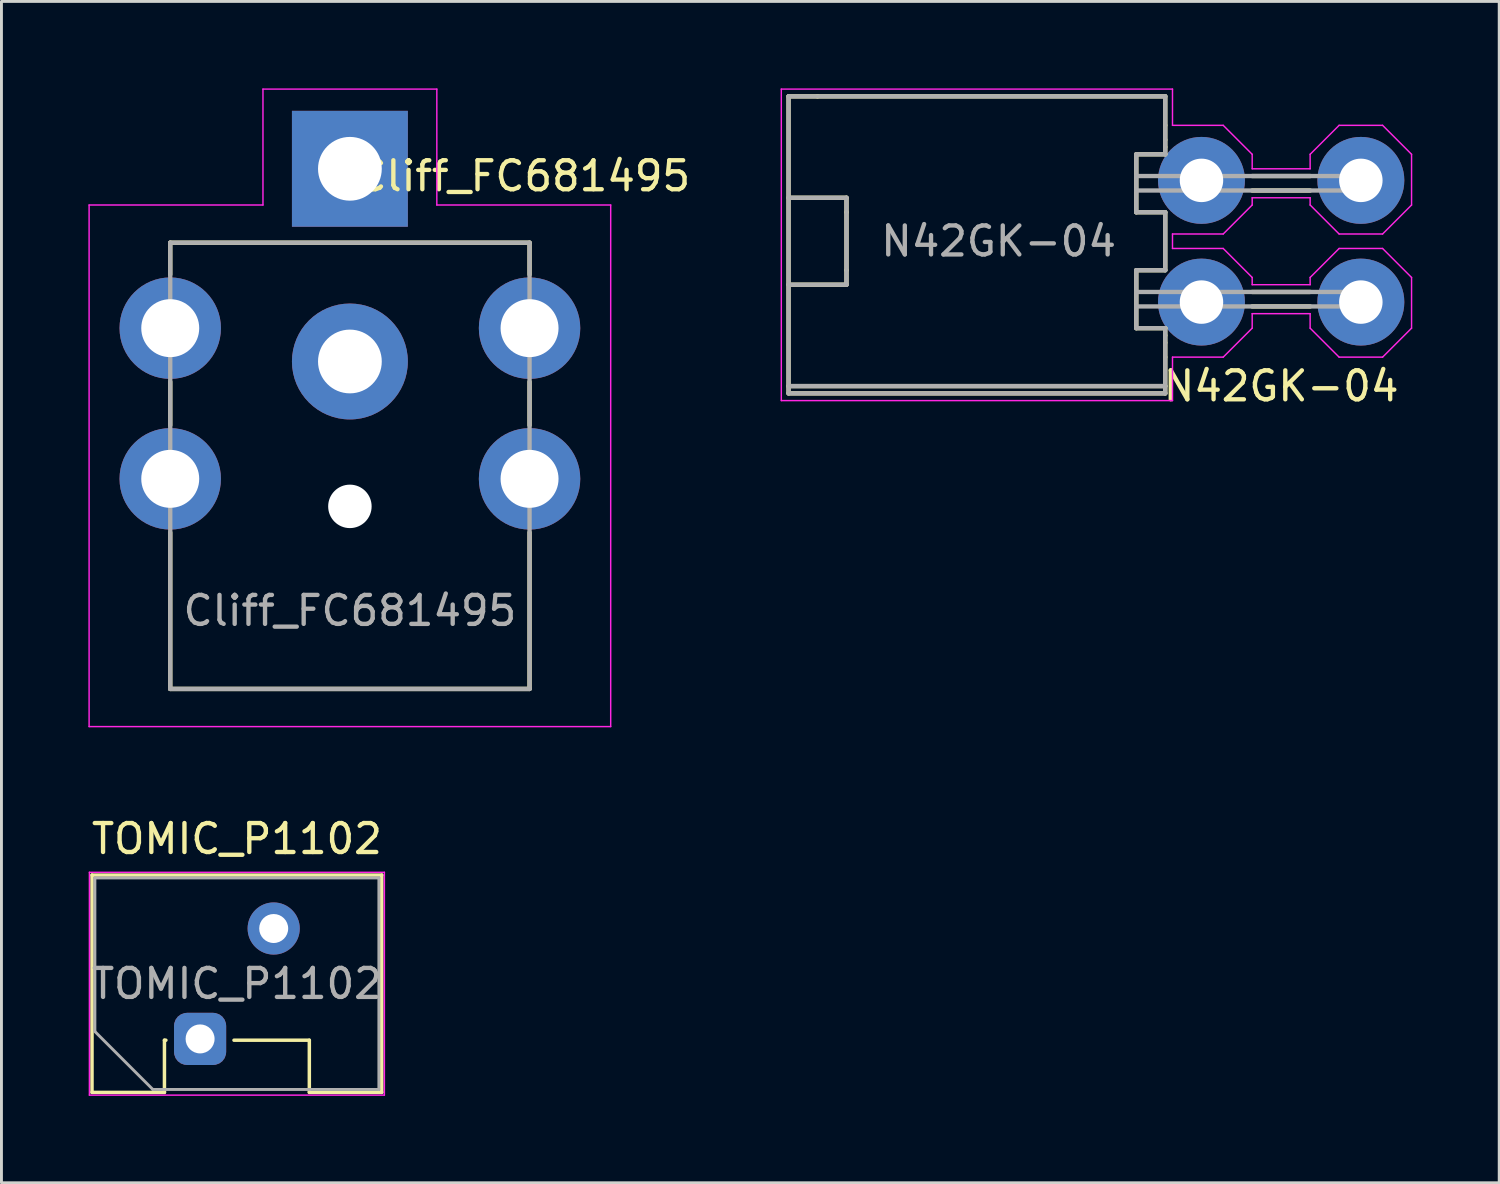
<source format=kicad_pcb>
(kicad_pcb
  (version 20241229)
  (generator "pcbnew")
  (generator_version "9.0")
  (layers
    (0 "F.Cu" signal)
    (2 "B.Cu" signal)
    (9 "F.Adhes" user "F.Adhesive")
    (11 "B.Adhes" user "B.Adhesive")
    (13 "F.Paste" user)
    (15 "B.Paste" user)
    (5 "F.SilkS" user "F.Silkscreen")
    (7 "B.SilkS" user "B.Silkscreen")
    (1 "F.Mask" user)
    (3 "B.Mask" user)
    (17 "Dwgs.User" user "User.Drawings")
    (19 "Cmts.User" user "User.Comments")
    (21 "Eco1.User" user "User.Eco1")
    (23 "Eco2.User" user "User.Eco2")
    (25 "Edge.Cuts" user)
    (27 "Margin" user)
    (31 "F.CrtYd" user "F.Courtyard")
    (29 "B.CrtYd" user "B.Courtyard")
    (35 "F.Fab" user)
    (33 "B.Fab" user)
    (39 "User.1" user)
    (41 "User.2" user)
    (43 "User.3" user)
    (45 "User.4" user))
  (footprint "TOMIC_P1102"
    (layer "F.Cu")
    (at 3.855 32.803)
    (property "Reference" "TOMIC_P1102" (at 1.27 -6.905 0) (unlocked yes) (layer "F.SilkS") (effects (font (size 1 1) (thickness 0.15))))
    (attr through_hole)
    (fp_line (start -3.73 -5.655) (end 6.27 -5.655) (stroke (width 0.12) (type solid)) (layer "F.SilkS"))
    (fp_line (start -3.73 1.845) (end -3.73 -5.655) (stroke (width 0.12) (type solid)) (layer "F.SilkS"))
    (fp_line (start -1.23 0.045) (end -1.23 1.845) (stroke (width 0.12) (type solid)) (layer "F.SilkS"))
    (fp_line (start -1.23 1.845) (end -3.73 1.845) (stroke (width 0.12) (type solid)) (layer "F.SilkS"))
    (fp_line (start -1.18 0.045) (end -1.23 0.045) (stroke (width 0.12) (type solid)) (layer "F.SilkS"))
    (fp_line (start 3.77 0.045) (end 1.17 0.045) (stroke (width 0.12) (type solid)) (layer "F.SilkS"))
    (fp_line (start 3.77 0.045) (end 3.77 1.845) (stroke (width 0.12) (type solid)) (layer "F.SilkS"))
    (fp_line (start 6.27 -5.655) (end 6.27 1.845) (stroke (width 0.12) (type solid)) (layer "F.SilkS"))
    (fp_line (start 6.27 1.845) (end 3.77 1.845) (stroke (width 0.12) (type solid)) (layer "F.SilkS"))
    (fp_line (start -3.82 -5.75) (end 6.36 -5.75) (stroke (width 0.05) (type solid)) (layer "F.CrtYd"))
    (fp_line (start -3.82 1.94) (end -3.82 -5.75) (stroke (width 0.05) (type solid)) (layer "F.CrtYd"))
    (fp_line (start 6.36 -5.75) (end 6.36 1.94) (stroke (width 0.05) (type solid)) (layer "F.CrtYd"))
    (fp_line (start 6.36 1.94) (end -3.82 1.94) (stroke (width 0.05) (type solid)) (layer "F.CrtYd"))
    (fp_line (start -3.63 -5.555) (end 6.17 -5.555) (stroke (width 0.1) (type solid)) (layer "F.Fab"))
    (fp_line (start -3.63 -0.255) (end -3.63 -5.555) (stroke (width 0.1) (type solid)) (layer "F.Fab"))
    (fp_line (start -1.63 1.745) (end -3.63 -0.255) (stroke (width 0.1) (type solid)) (layer "F.Fab"))
    (fp_line (start 6.17 -5.555) (end 6.17 1.745) (stroke (width 0.1) (type solid)) (layer "F.Fab"))
    (fp_line (start 6.17 1.745) (end -1.63 1.745) (stroke (width 0.1) (type solid)) (layer "F.Fab"))
    (fp_text user "${REFERENCE}" (at 1.27 -1.905 0) (unlocked yes) (layer "F.Fab") (effects (font (size 1 1) (thickness 0.15))))
    (pad "1" thru_hole roundrect (at 0 0) (size 1.8 1.8) (drill 1) (layers "*.Cu" "*.Mask") (roundrect_rratio 0.25))
    (pad "2" thru_hole circle (at 2.54 -3.81) (size 1.8 1.8) (drill 1) (layers "*.Cu" "*.Mask")))
  (footprint "N42GK-04"
    (layer "F.Cu")
    (at 41.163 5.275)
    (property "Reference" "N42GK-04" (at 0 5 0) (layer "F.SilkS") (effects (font (size 1 1) (thickness 0.15))))
    (attr through_hole)
    (fp_line (start -17 -5) (end -17 5) (stroke (width 0.15) (type solid)) (layer "F.SilkS"))
    (fp_line (start -17 -1.5) (end -15 -1.5) (stroke (width 0.15) (type solid)) (layer "F.SilkS"))
    (fp_line (start -17 1.5) (end -15 1.5) (stroke (width 0.15) (type solid)) (layer "F.SilkS"))
    (fp_line (start -17 5) (end -4 5) (stroke (width 0.15) (type solid)) (layer "F.SilkS"))
    (fp_line (start -17 5.25) (end -17 5) (stroke (width 0.15) (type solid)) (layer "F.SilkS"))
    (fp_line (start -16 -5) (end -17 -5) (stroke (width 0.15) (type solid)) (layer "F.SilkS"))
    (fp_line (start -15 -1.5) (end -15 -1) (stroke (width 0.15) (type solid)) (layer "F.SilkS"))
    (fp_line (start -15 -1) (end -15 1) (stroke (width 0.15) (type solid)) (layer "F.SilkS"))
    (fp_line (start -15 1.5) (end -15 1) (stroke (width 0.15) (type solid)) (layer "F.SilkS"))
    (fp_line (start -5 -1) (end -5 -3) (stroke (width 0.15) (type solid)) (layer "F.SilkS"))
    (fp_line (start -5 3) (end -5 1) (stroke (width 0.15) (type solid)) (layer "F.SilkS"))
    (fp_line (start -4 -5) (end -16 -5) (stroke (width 0.15) (type solid)) (layer "F.SilkS"))
    (fp_line (start -4 -5) (end -4 -4) (stroke (width 0.15) (type solid)) (layer "F.SilkS"))
    (fp_line (start -4 -4) (end -4 -3.5) (stroke (width 0.15) (type solid)) (layer "F.SilkS"))
    (fp_line (start -4 -3.5) (end -4 -3.25) (stroke (width 0.15) (type solid)) (layer "F.SilkS"))
    (fp_line (start -4 -3.25) (end -4 -3) (stroke (width 0.15) (type solid)) (layer "F.SilkS"))
    (fp_line (start -4 -3) (end -5 -3) (stroke (width 0.15) (type solid)) (layer "F.SilkS"))
    (fp_line (start -4 -1) (end -5 -1) (stroke (width 0.15) (type solid)) (layer "F.SilkS"))
    (fp_line (start -4 1) (end -5 1) (stroke (width 0.15) (type solid)) (layer "F.SilkS"))
    (fp_line (start -4 1) (end -4 -1) (stroke (width 0.15) (type solid)) (layer "F.SilkS"))
    (fp_line (start -4 3) (end -5 3) (stroke (width 0.15) (type solid)) (layer "F.SilkS"))
    (fp_line (start -4 3.25) (end -4 3) (stroke (width 0.15) (type solid)) (layer "F.SilkS"))
    (fp_line (start -4 3.5) (end -4 3.25) (stroke (width 0.15) (type solid)) (layer "F.SilkS"))
    (fp_line (start -4 4) (end -4 3.5) (stroke (width 0.15) (type solid)) (layer "F.SilkS"))
    (fp_line (start -4 5) (end -4 4) (stroke (width 0.15) (type solid)) (layer "F.SilkS"))
    (fp_line (start -4 5) (end -4 5.25) (stroke (width 0.15) (type solid)) (layer "F.SilkS"))
    (fp_line (start -4 5.25) (end -17 5.25) (stroke (width 0.15) (type solid)) (layer "F.SilkS"))
    (fp_line (start -1 -2.25) (end 1 -2.25) (stroke (width 0.15) (type solid)) (layer "F.SilkS"))
    (fp_line (start -1 -1.75) (end 1 -1.75) (stroke (width 0.15) (type solid)) (layer "F.SilkS"))
    (fp_line (start -1 1.75) (end 1 1.75) (stroke (width 0.15) (type solid)) (layer "F.SilkS"))
    (fp_line (start -1 2.25) (end 1 2.25) (stroke (width 0.15) (type solid)) (layer "F.SilkS"))
    (fp_line (start -17.25 -5.25) (end -17.25 5.5) (stroke (width 0.05) (type solid)) (layer "F.CrtYd"))
    (fp_line (start -17.25 5.5) (end -3.75 5.5) (stroke (width 0.05) (type solid)) (layer "F.CrtYd"))
    (fp_line (start -3.75 -5.25) (end -17.25 -5.25) (stroke (width 0.05) (type solid)) (layer "F.CrtYd"))
    (fp_line (start -3.75 -4) (end -3.75 -5.25) (stroke (width 0.05) (type solid)) (layer "F.CrtYd"))
    (fp_line (start -3.75 -0.25) (end -2 -0.25) (stroke (width 0.05) (type solid)) (layer "F.CrtYd"))
    (fp_line (start -3.75 0.25) (end -3.75 -0.25) (stroke (width 0.05) (type solid)) (layer "F.CrtYd"))
    (fp_line (start -3.75 4) (end -2 4) (stroke (width 0.05) (type solid)) (layer "F.CrtYd"))
    (fp_line (start -3.75 5.5) (end -3.75 4) (stroke (width 0.05) (type solid)) (layer "F.CrtYd"))
    (fp_line (start -2 -4) (end -3.75 -4) (stroke (width 0.05) (type solid)) (layer "F.CrtYd"))
    (fp_line (start -2 0.25) (end -3.75 0.25) (stroke (width 0.05) (type solid)) (layer "F.CrtYd"))
    (fp_line (start -2 0.25) (end -1 1.25) (stroke (width 0.05) (type solid)) (layer "F.CrtYd"))
    (fp_line (start -1 -3) (end -2 -4) (stroke (width 0.05) (type solid)) (layer "F.CrtYd"))
    (fp_line (start -1 -2.5) (end -1 -3) (stroke (width 0.05) (type solid)) (layer "F.CrtYd"))
    (fp_line (start -1 -1.5) (end 1 -1.5) (stroke (width 0.05) (type solid)) (layer "F.CrtYd"))
    (fp_line (start -1 -1.25) (end -2 -0.25) (stroke (width 0.05) (type solid)) (layer "F.CrtYd"))
    (fp_line (start -1 -1.25) (end -1 -1.5) (stroke (width 0.05) (type solid)) (layer "F.CrtYd"))
    (fp_line (start -1 1.5) (end -1 1.25) (stroke (width 0.05) (type solid)) (layer "F.CrtYd"))
    (fp_line (start -1 2.5) (end 1 2.5) (stroke (width 0.05) (type solid)) (layer "F.CrtYd"))
    (fp_line (start -1 3) (end -2 4) (stroke (width 0.05) (type solid)) (layer "F.CrtYd"))
    (fp_line (start -1 3) (end -1 2.5) (stroke (width 0.05) (type solid)) (layer "F.CrtYd"))
    (fp_line (start 1 -3) (end 1 -2.5) (stroke (width 0.05) (type solid)) (layer "F.CrtYd"))
    (fp_line (start 1 -3) (end 2 -4) (stroke (width 0.05) (type solid)) (layer "F.CrtYd"))
    (fp_line (start 1 -2.5) (end -1 -2.5) (stroke (width 0.05) (type solid)) (layer "F.CrtYd"))
    (fp_line (start 1 -1.5) (end 1 -1.25) (stroke (width 0.05) (type solid)) (layer "F.CrtYd"))
    (fp_line (start 1 -1.25) (end 2 -0.25) (stroke (width 0.05) (type solid)) (layer "F.CrtYd"))
    (fp_line (start 1 1.25) (end 1 1.5) (stroke (width 0.05) (type solid)) (layer "F.CrtYd"))
    (fp_line (start 1 1.25) (end 2 0.25) (stroke (width 0.05) (type solid)) (layer "F.CrtYd"))
    (fp_line (start 1 1.5) (end -1 1.5) (stroke (width 0.05) (type solid)) (layer "F.CrtYd"))
    (fp_line (start 1 2.5) (end 1 3) (stroke (width 0.05) (type solid)) (layer "F.CrtYd"))
    (fp_line (start 2 -4) (end 3.5 -4) (stroke (width 0.05) (type solid)) (layer "F.CrtYd"))
    (fp_line (start 2 -0.25) (end 3.5 -0.25) (stroke (width 0.05) (type solid)) (layer "F.CrtYd"))
    (fp_line (start 2 4) (end 1 3) (stroke (width 0.05) (type solid)) (layer "F.CrtYd"))
    (fp_line (start 2 4) (end 3.5 4) (stroke (width 0.05) (type solid)) (layer "F.CrtYd"))
    (fp_line (start 3.5 -0.25) (end 4.5 -1.25) (stroke (width 0.05) (type solid)) (layer "F.CrtYd"))
    (fp_line (start 3.5 0.25) (end 2 0.25) (stroke (width 0.05) (type solid)) (layer "F.CrtYd"))
    (fp_line (start 3.5 0.25) (end 4.5 1.25) (stroke (width 0.05) (type solid)) (layer "F.CrtYd"))
    (fp_line (start 4.5 -3) (end 3.5 -4) (stroke (width 0.05) (type solid)) (layer "F.CrtYd"))
    (fp_line (start 4.5 -1.25) (end 4.5 -3) (stroke (width 0.05) (type solid)) (layer "F.CrtYd"))
    (fp_line (start 4.5 3) (end 3.5 4) (stroke (width 0.05) (type solid)) (layer "F.CrtYd"))
    (fp_line (start 4.5 3) (end 4.5 1.25) (stroke (width 0.05) (type solid)) (layer "F.CrtYd"))
    (fp_line (start -17 -5) (end -4 -5) (stroke (width 0.15) (type solid)) (layer "F.Fab"))
    (fp_line (start -17 -1.5) (end -15 -1.5) (stroke (width 0.15) (type solid)) (layer "F.Fab"))
    (fp_line (start -17 5) (end -4 5) (stroke (width 0.15) (type solid)) (layer "F.Fab"))
    (fp_line (start -17 5.25) (end -17 -5) (stroke (width 0.15) (type solid)) (layer "F.Fab"))
    (fp_line (start -15 -1.5) (end -15 1.5) (stroke (width 0.15) (type solid)) (layer "F.Fab"))
    (fp_line (start -15 1.5) (end -17 1.5) (stroke (width 0.15) (type solid)) (layer "F.Fab"))
    (fp_line (start -5 -3) (end -5 -1) (stroke (width 0.15) (type solid)) (layer "F.Fab"))
    (fp_line (start -5 -2.25) (end 2.75 -2.25) (stroke (width 0.15) (type solid)) (layer "F.Fab"))
    (fp_line (start -5 -1.75) (end 2.75 -1.75) (stroke (width 0.15) (type solid)) (layer "F.Fab"))
    (fp_line (start -5 -1) (end -4 -1) (stroke (width 0.15) (type solid)) (layer "F.Fab"))
    (fp_line (start -5 1) (end -5 3) (stroke (width 0.15) (type solid)) (layer "F.Fab"))
    (fp_line (start -5 1.75) (end 2.75 1.75) (stroke (width 0.15) (type solid)) (layer "F.Fab"))
    (fp_line (start -5 2.25) (end 2.75 2.25) (stroke (width 0.15) (type solid)) (layer "F.Fab"))
    (fp_line (start -5 3) (end -4 3) (stroke (width 0.15) (type solid)) (layer "F.Fab"))
    (fp_line (start -4 -5) (end -4 -3) (stroke (width 0.15) (type solid)) (layer "F.Fab"))
    (fp_line (start -4 -3) (end -5 -3) (stroke (width 0.15) (type solid)) (layer "F.Fab"))
    (fp_line (start -4 -1) (end -4 1) (stroke (width 0.15) (type solid)) (layer "F.Fab"))
    (fp_line (start -4 1) (end -5 1) (stroke (width 0.15) (type solid)) (layer "F.Fab"))
    (fp_line (start -4 3) (end -4 5.25) (stroke (width 0.15) (type solid)) (layer "F.Fab"))
    (fp_line (start -4 5.25) (end -17 5.25) (stroke (width 0.15) (type solid)) (layer "F.Fab"))
    (fp_arc (start 2.75 -2.25) (mid 3 -2) (end 2.75 -1.75) (stroke (width 0.15) (type solid)) (layer "F.Fab"))
    (fp_arc (start 2.75 1.75) (mid 3 2) (end 2.75 2.25) (stroke (width 0.15) (type solid)) (layer "F.Fab"))
    (fp_text user "${REFERENCE}" (at -9.75 0 0) (layer "F.Fab") (effects (font (size 1 1) (thickness 0.15))))
    (pad "1" thru_hole circle (at -2.75 2.1) (size 3 3) (drill 1.5) (layers "*.Cu" "*.Mask"))
    (pad "2" thru_hole circle (at 2.75 2.1) (size 3 3) (drill 1.5) (layers "*.Cu" "*.Mask"))
    (pad "3" thru_hole circle (at -2.75 -2.1) (size 3 3) (drill 1.5) (layers "*.Cu" "*.Mask"))
    (pad "4" thru_hole circle (at 2.75 -2.1) (size 3 3) (drill 1.5) (layers "*.Cu" "*.Mask")))
  (footprint "Cliff_FC681495"
    (layer "F.Cu")
    (at 9.025 13.025)
    (property "Reference" "Cliff_FC681495" (at 6 -10 0) (layer "F.SilkS") (effects (font (size 1 1) (thickness 0.15))))
    (attr through_hole)
    (fp_line (start -6.2 -7.7) (end 6.2 -7.7) (stroke (width 0.15) (type solid)) (layer "F.SilkS"))
    (fp_line (start -6.2 -6.6) (end -6.2 -7.7) (stroke (width 0.15) (type solid)) (layer "F.SilkS"))
    (fp_line (start -6.2 -1.4) (end -6.2 -2.9) (stroke (width 0.15) (type solid)) (layer "F.SilkS"))
    (fp_line (start -6.2 7.7) (end -6.2 2.3) (stroke (width 0.15) (type solid)) (layer "F.SilkS"))
    (fp_line (start -6.2 7.7) (end 6.2 7.7) (stroke (width 0.15) (type solid)) (layer "F.SilkS"))
    (fp_line (start 6.2 -6.6) (end 6.2 -7.7) (stroke (width 0.15) (type solid)) (layer "F.SilkS"))
    (fp_line (start 6.2 -1.4) (end 6.2 -2.9) (stroke (width 0.15) (type solid)) (layer "F.SilkS"))
    (fp_line (start 6.2 7.7) (end 6.2 2.3) (stroke (width 0.15) (type solid)) (layer "F.SilkS"))
    (fp_line (start -9 -9) (end -3 -9) (stroke (width 0.05) (type solid)) (layer "F.CrtYd"))
    (fp_line (start -9 9) (end -9 -9) (stroke (width 0.05) (type solid)) (layer "F.CrtYd"))
    (fp_line (start -3 -13) (end 3 -13) (stroke (width 0.05) (type solid)) (layer "F.CrtYd"))
    (fp_line (start -3 -9) (end -3 -13) (stroke (width 0.05) (type solid)) (layer "F.CrtYd"))
    (fp_line (start 3 -13) (end 3 -9) (stroke (width 0.05) (type solid)) (layer "F.CrtYd"))
    (fp_line (start 3 -9) (end 9 -9) (stroke (width 0.05) (type solid)) (layer "F.CrtYd"))
    (fp_line (start 9 -9) (end 9 9) (stroke (width 0.05) (type solid)) (layer "F.CrtYd"))
    (fp_line (start 9 9) (end -9 9) (stroke (width 0.05) (type solid)) (layer "F.CrtYd"))
    (fp_line (start -6.2 -7.7) (end -6.2 7.7) (stroke (width 0.15) (type solid)) (layer "F.Fab"))
    (fp_line (start -6.2 7.7) (end 6.2 7.7) (stroke (width 0.15) (type solid)) (layer "F.Fab"))
    (fp_line (start 6.2 -7.7) (end -6.2 -7.7) (stroke (width 0.15) (type solid)) (layer "F.Fab"))
    (fp_line (start 6.2 7.7) (end 6.2 -7.7) (stroke (width 0.15) (type solid)) (layer "F.Fab"))
    (fp_text user "${REFERENCE}" (at 0 5 0) (layer "F.Fab") (effects (font (size 1 1) (thickness 0.15))))
    (pad "" np_thru_hole circle (at 0 1.4) (size 1.5 1.5) (drill 1.5) (layers "*.Cu" "*.Mask"))
    (pad "1" thru_hole rect (at 0 -10.25) (size 4 4) (drill 2.2) (layers "*.Cu" "*.Mask"))
    (pad "2" thru_hole circle (at 0 -3.6) (size 4 4) (drill 2.2) (layers "*.Cu" "*.Mask"))
    (pad "SH" thru_hole circle (at -6.2 -4.75) (size 3.5 3.5) (drill 2) (layers "*.Cu" "*.Mask"))
    (pad "SH" thru_hole circle (at -6.2 0.45) (size 3.5 3.5) (drill 2) (layers "*.Cu" "*.Mask"))
    (pad "SH" thru_hole circle (at 6.2 -4.75) (size 3.5 3.5) (drill 2) (layers "*.Cu" "*.Mask"))
    (pad "SH" thru_hole circle (at 6.2 0.45) (size 3.5 3.5) (drill 2) (layers "*.Cu" "*.Mask")))
  (gr_rect
    (start -3 -3)
    (end 48.688 37.768)
    (stroke (width 0.1) (type default))
    (fill no)
    (layer "Edge.Cuts")))
</source>
